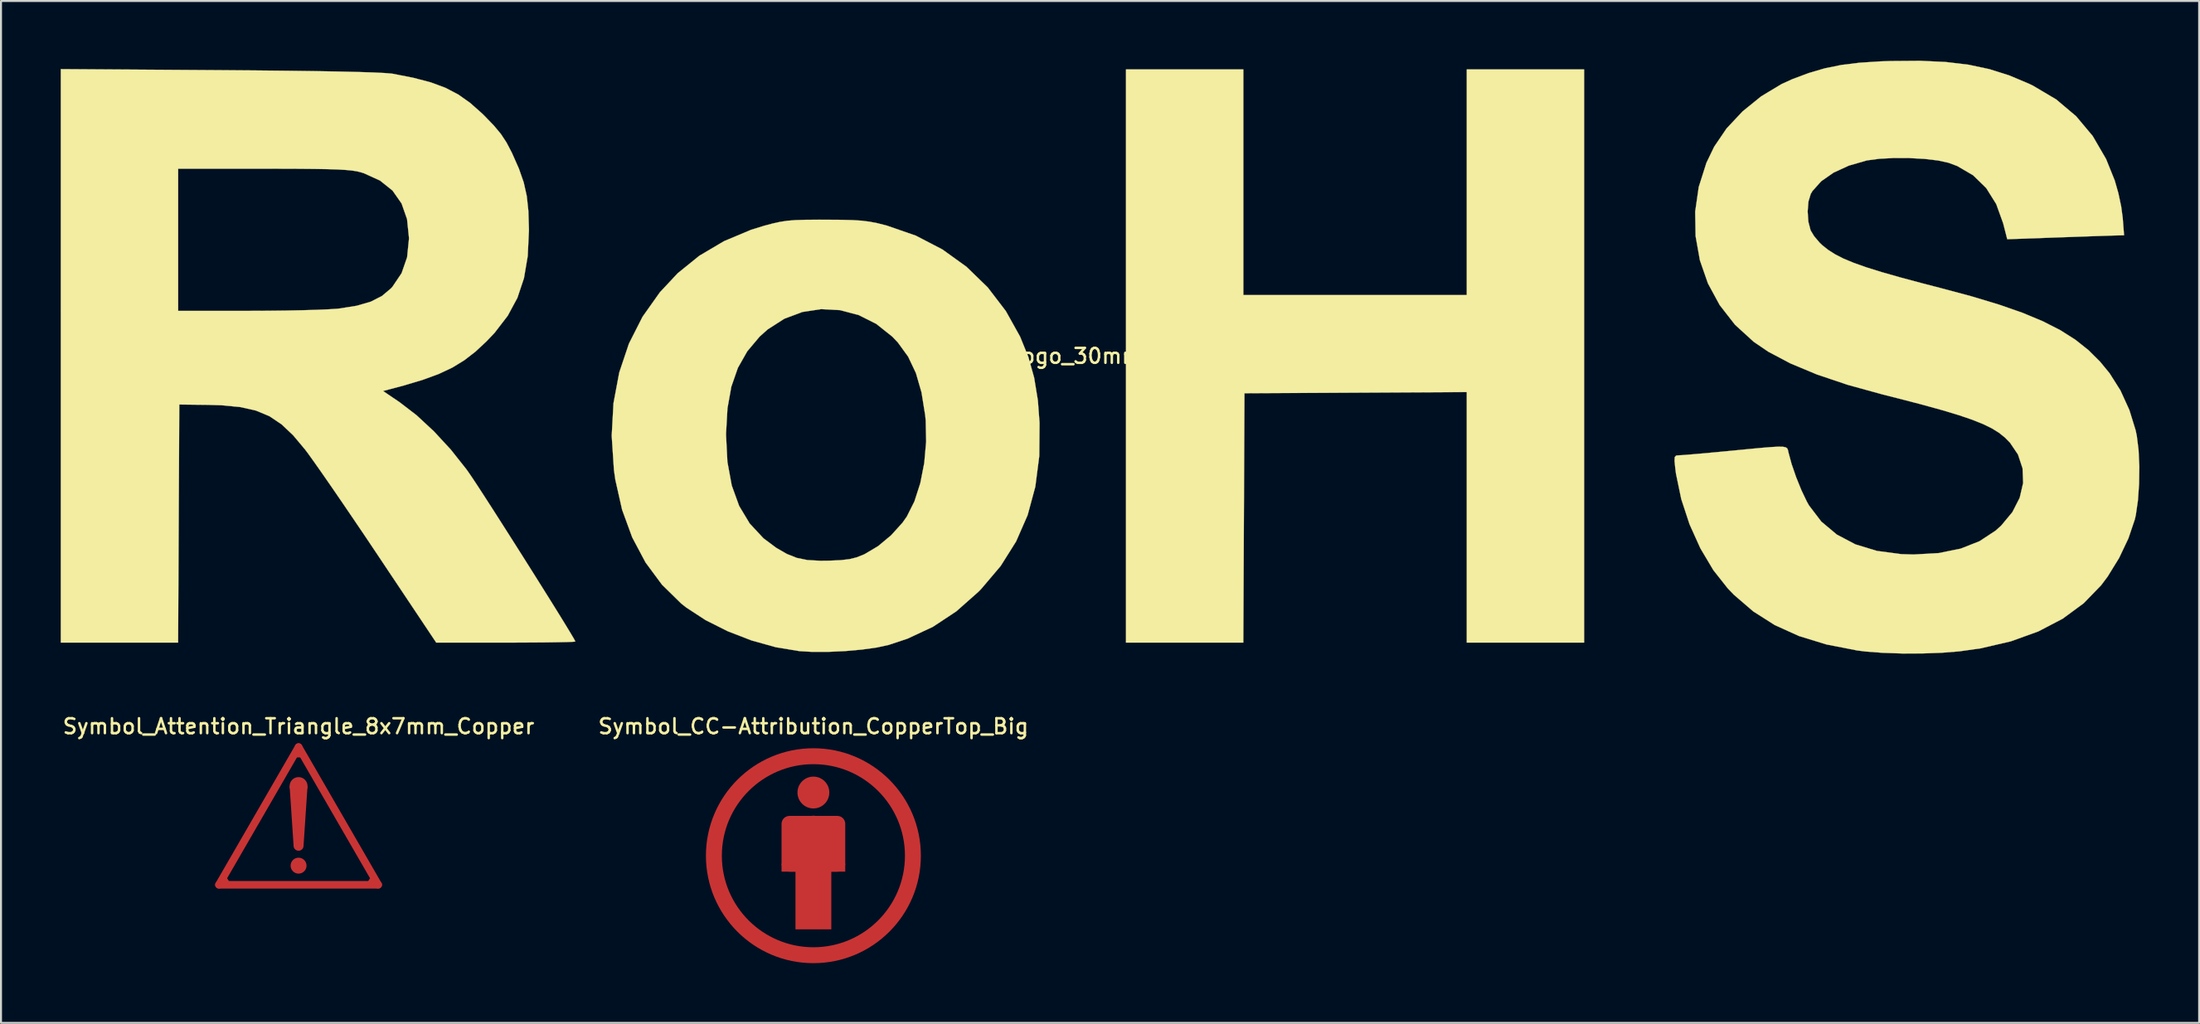
<source format=kicad_pcb>
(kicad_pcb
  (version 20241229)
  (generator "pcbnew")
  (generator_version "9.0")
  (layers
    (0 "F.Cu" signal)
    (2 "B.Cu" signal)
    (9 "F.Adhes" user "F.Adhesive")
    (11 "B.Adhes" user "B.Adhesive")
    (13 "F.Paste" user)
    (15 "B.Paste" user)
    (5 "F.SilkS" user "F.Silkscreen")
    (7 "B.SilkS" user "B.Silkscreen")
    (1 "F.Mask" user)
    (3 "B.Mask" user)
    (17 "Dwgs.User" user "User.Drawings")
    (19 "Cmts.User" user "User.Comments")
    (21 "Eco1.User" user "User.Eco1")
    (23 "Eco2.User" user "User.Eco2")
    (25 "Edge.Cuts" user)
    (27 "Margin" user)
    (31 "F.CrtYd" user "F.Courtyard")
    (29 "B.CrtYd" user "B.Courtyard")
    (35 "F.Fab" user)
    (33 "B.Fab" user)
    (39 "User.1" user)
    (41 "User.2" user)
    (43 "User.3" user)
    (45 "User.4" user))
  (footprint "RoHS-Logo_30mm_SilkScreen"
    (layer "F.Cu")
    (at 52.279 14.84)
    (property "Reference" "RoHS-Logo_30mm_SilkScreen" (at 0 0 0) (layer "F.SilkS") (effects (font (size 0.75 0.75) (thickness 0.125))))
    (attr exclude_from_pos_files exclude_from_bom allow_missing_courtyard)
    (fp_poly (pts (xy 7.144 -3.062) (xy 18.37 -3.062) (xy 18.37 -14.401) (xy 24.266 -14.401) (xy 24.266 14.401) (xy 18.37 14.401) (xy 18.37 1.812) (xy 7.2 1.871) (xy 7.171 8.136) (xy 7.142 14.401) (xy 1.247 14.401) (xy 1.247 -14.401) (xy 7.144 -14.401) (xy 7.144 -3.062)) (stroke (width 0.01) (type solid)) (fill yes) (layer "F.SilkS"))
    (fp_poly (pts (xy -13.834 -6.849) (xy -13.077 -6.844) (xy -12.493 -6.829) (xy -12.031 -6.8) (xy -11.635 -6.75) (xy -11.254 -6.676) (xy -10.835 -6.571) (xy -10.765 -6.552) (xy -9.314 -6.049) (xy -7.977 -5.355) (xy -6.767 -4.484) (xy -5.7 -3.448) (xy -4.79 -2.259) (xy -4.075 -0.977) (xy -3.66 0.043) (xy -3.367 1.09) (xy -3.181 2.228) (xy -3.096 3.357) (xy -3.11 5.026) (xy -3.309 6.568) (xy -3.695 7.996) (xy -4.274 9.319) (xy -5.049 10.551) (xy -6.025 11.702) (xy -6.175 11.855) (xy -7.281 12.833) (xy -8.454 13.608) (xy -9.733 14.205) (xy -10.679 14.519) (xy -11.27 14.648) (xy -12.019 14.752) (xy -12.856 14.827) (xy -13.714 14.867) (xy -14.524 14.867) (xy -15.162 14.83) (xy -16.346 14.634) (xy -17.566 14.294) (xy -18.762 13.832) (xy -19.875 13.273) (xy -20.843 12.642) (xy -21.101 12.439) (xy -22.069 11.489) (xy -22.893 10.375) (xy -23.563 9.114) (xy -24.072 7.722) (xy -24.411 6.217) (xy -24.481 5.726) (xy -24.593 4.01) (xy -24.591 3.969) (xy -18.849 3.969) (xy -18.78 5.32) (xy -18.562 6.506) (xy -18.189 7.536) (xy -17.659 8.418) (xy -16.967 9.161) (xy -16.328 9.638) (xy -15.797 9.945) (xy -15.298 10.144) (xy -14.759 10.254) (xy -14.109 10.29) (xy -13.664 10.285) (xy -13.08 10.259) (xy -12.648 10.208) (xy -12.292 10.12) (xy -11.937 9.98) (xy -11.882 9.954) (xy -11.21 9.555) (xy -10.551 9.006) (xy -9.982 8.376) (xy -9.765 8.068) (xy -9.384 7.309) (xy -9.088 6.392) (xy -8.888 5.371) (xy -8.794 4.302) (xy -8.816 3.239) (xy -8.842 2.975) (xy -9.027 1.826) (xy -9.308 0.856) (xy -9.699 0.032) (xy -10.214 -0.678) (xy -10.496 -0.975) (xy -11.3 -1.614) (xy -12.183 -2.057) (xy -13.117 -2.304) (xy -14.071 -2.356) (xy -15.015 -2.212) (xy -15.92 -1.873) (xy -16.755 -1.338) (xy -17.162 -0.974) (xy -17.783 -0.235) (xy -18.253 0.594) (xy -18.582 1.54) (xy -18.777 2.628) (xy -18.848 3.885) (xy -18.849 3.969) (xy -24.591 3.969) (xy -24.504 2.373) (xy -24.214 0.826) (xy -23.727 -0.625) (xy -23.045 -1.971) (xy -22.171 -3.205) (xy -21.277 -4.16) (xy -20.192 -5.037) (xy -18.951 -5.771) (xy -17.591 -6.342) (xy -16.942 -6.543) (xy -16.509 -6.658) (xy -16.136 -6.741) (xy -15.771 -6.796) (xy -15.36 -6.829) (xy -14.851 -6.845) (xy -14.191 -6.85) (xy -13.834 -6.849)) (stroke (width 0.01) (type solid)) (fill yes) (layer "F.SilkS"))
    (fp_poly (pts (xy -44.308 -14.365) (xy -42.527 -14.351) (xy -40.936 -14.335) (xy -39.539 -14.317) (xy -38.343 -14.296) (xy -37.352 -14.273) (xy -36.571 -14.248) (xy -36.005 -14.221) (xy -35.659 -14.192) (xy -35.605 -14.185) (xy -34.553 -13.979) (xy -33.682 -13.75) (xy -32.948 -13.478) (xy -32.305 -13.142) (xy -31.709 -12.721) (xy -31.114 -12.194) (xy -30.988 -12.071) (xy -30.511 -11.577) (xy -30.158 -11.153) (xy -29.877 -10.726) (xy -29.615 -10.224) (xy -29.601 -10.195) (xy -29.256 -9.416) (xy -29.014 -8.722) (xy -28.861 -8.037) (xy -28.78 -7.286) (xy -28.753 -6.394) (xy -28.753 -6.293) (xy -28.813 -5.024) (xy -29.001 -3.913) (xy -29.331 -2.924) (xy -29.818 -2.022) (xy -30.476 -1.167) (xy -30.889 -0.732) (xy -31.443 -0.217) (xy -31.998 0.212) (xy -32.593 0.577) (xy -33.269 0.896) (xy -34.066 1.19) (xy -35.024 1.478) (xy -35.703 1.659) (xy -36.084 1.758) (xy -35.249 2.323) (xy -34.4 2.975) (xy -33.525 3.787) (xy -32.675 4.707) (xy -31.904 5.68) (xy -31.789 5.84) (xy -31.594 6.126) (xy -31.311 6.555) (xy -30.955 7.103) (xy -30.54 7.747) (xy -30.083 8.462) (xy -29.597 9.226) (xy -29.097 10.014) (xy -28.6 10.802) (xy -28.119 11.568) (xy -27.669 12.286) (xy -27.266 12.934) (xy -26.925 13.488) (xy -26.661 13.923) (xy -26.487 14.217) (xy -26.421 14.346) (xy -26.421 14.348) (xy -26.529 14.361) (xy -26.838 14.373) (xy -27.318 14.383) (xy -27.943 14.392) (xy -28.686 14.397) (xy -29.518 14.401) (xy -29.916 14.401) (xy -33.411 14.401) (xy -36.308 10.064) (xy -36.932 9.132) (xy -37.547 8.223) (xy -38.133 7.361) (xy -38.675 6.571) (xy -39.155 5.879) (xy -39.555 5.31) (xy -39.859 4.887) (xy -39.998 4.702) (xy -40.599 3.985) (xy -41.183 3.433) (xy -41.793 3.024) (xy -42.47 2.742) (xy -43.256 2.565) (xy -44.194 2.475) (xy -44.897 2.454) (xy -46.321 2.438) (xy -46.35 8.419) (xy -46.38 14.401) (xy -52.274 14.401) (xy -52.274 -9.412) (xy -46.378 -9.412) (xy -46.378 -2.268) (xy -42.834 -2.269) (xy -41.904 -2.273) (xy -40.998 -2.283) (xy -40.155 -2.3) (xy -39.413 -2.321) (xy -38.81 -2.347) (xy -38.385 -2.375) (xy -38.3 -2.383) (xy -37.407 -2.525) (xy -36.698 -2.731) (xy -36.136 -3.018) (xy -35.683 -3.4) (xy -35.615 -3.474) (xy -35.151 -4.162) (xy -34.874 -4.962) (xy -34.78 -5.888) (xy -34.781 -5.953) (xy -34.877 -6.88) (xy -35.152 -7.665) (xy -35.604 -8.311) (xy -36.236 -8.817) (xy -37.047 -9.185) (xy -37.196 -9.232) (xy -37.389 -9.28) (xy -37.63 -9.318) (xy -37.943 -9.349) (xy -38.351 -9.373) (xy -38.877 -9.39) (xy -39.546 -9.401) (xy -40.382 -9.408) (xy -41.406 -9.411) (xy -42.089 -9.412) (xy -46.378 -9.412) (xy -52.274 -9.412) (xy -52.274 -14.417) (xy -44.308 -14.365)) (stroke (width 0.01) (type solid)) (fill yes) (layer "F.SilkS"))
    (fp_poly (pts (xy 42.433 -14.775) (xy 43.58 -14.638) (xy 44.63 -14.415) (xy 45.624 -14.101) (xy 46.603 -13.689) (xy 46.819 -13.585) (xy 47.987 -12.893) (xy 48.987 -12.05) (xy 49.822 -11.053) (xy 50.493 -9.899) (xy 50.927 -8.823) (xy 51.11 -8.183) (xy 51.253 -7.507) (xy 51.328 -6.947) (xy 51.396 -6.067) (xy 51.07 -6.06) (xy 50.865 -6.055) (xy 50.47 -6.042) (xy 49.923 -6.024) (xy 49.261 -6.001) (xy 48.52 -5.975) (xy 48.135 -5.962) (xy 45.527 -5.869) (xy 45.321 -6.671) (xy 44.973 -7.635) (xy 44.469 -8.44) (xy 43.814 -9.08) (xy 43.016 -9.547) (xy 42.579 -9.71) (xy 42.054 -9.825) (xy 41.374 -9.905) (xy 40.609 -9.947) (xy 39.828 -9.95) (xy 39.1 -9.912) (xy 38.494 -9.831) (xy 38.45 -9.822) (xy 37.569 -9.568) (xy 36.802 -9.216) (xy 36.181 -8.784) (xy 35.742 -8.294) (xy 35.652 -8.142) (xy 35.537 -7.76) (xy 35.498 -7.263) (xy 35.533 -6.749) (xy 35.645 -6.317) (xy 35.645 -6.316) (xy 35.825 -6.019) (xy 36.102 -5.693) (xy 36.237 -5.564) (xy 36.534 -5.329) (xy 36.881 -5.109) (xy 37.299 -4.895) (xy 37.812 -4.682) (xy 38.441 -4.459) (xy 39.208 -4.219) (xy 40.137 -3.954) (xy 41.248 -3.656) (xy 42.182 -3.414) (xy 43.751 -2.994) (xy 45.116 -2.582) (xy 46.297 -2.17) (xy 47.316 -1.745) (xy 48.193 -1.298) (xy 48.95 -0.818) (xy 49.609 -0.294) (xy 50.19 0.284) (xy 50.668 0.866) (xy 51.213 1.727) (xy 51.663 2.714) (xy 51.977 3.73) (xy 52.037 4.018) (xy 52.125 4.726) (xy 52.163 5.553) (xy 52.151 6.423) (xy 52.093 7.257) (xy 51.989 7.977) (xy 51.938 8.207) (xy 51.615 9.164) (xy 51.146 10.151) (xy 50.573 11.081) (xy 50.242 11.523) (xy 49.365 12.427) (xy 48.311 13.201) (xy 47.088 13.84) (xy 45.708 14.338) (xy 44.181 14.692) (xy 43.113 14.842) (xy 42.232 14.912) (xy 41.25 14.947) (xy 40.238 14.948) (xy 39.267 14.915) (xy 38.408 14.85) (xy 37.987 14.797) (xy 36.437 14.494) (xy 35.064 14.072) (xy 33.847 13.522) (xy 32.763 12.833) (xy 31.789 11.995) (xy 31.49 11.685) (xy 30.758 10.758) (xy 30.108 9.664) (xy 29.563 8.456) (xy 29.147 7.189) (xy 28.882 5.913) (xy 28.847 5.641) (xy 28.81 5.276) (xy 28.819 5.081) (xy 28.888 5.003) (xy 29.035 4.989) (xy 29.042 4.989) (xy 29.234 4.979) (xy 29.613 4.949) (xy 30.141 4.903) (xy 30.778 4.845) (xy 31.486 4.778) (xy 31.637 4.764) (xy 32.506 4.679) (xy 33.177 4.616) (xy 33.675 4.575) (xy 34.027 4.556) (xy 34.26 4.561) (xy 34.4 4.59) (xy 34.474 4.644) (xy 34.508 4.723) (xy 34.53 4.83) (xy 34.534 4.848) (xy 34.69 5.424) (xy 34.919 6.088) (xy 35.187 6.75) (xy 35.459 7.319) (xy 35.566 7.509) (xy 36.184 8.32) (xy 36.962 8.972) (xy 37.894 9.464) (xy 38.975 9.793) (xy 40.199 9.956) (xy 40.821 9.975) (xy 42.086 9.902) (xy 43.187 9.68) (xy 44.134 9.306) (xy 44.939 8.777) (xy 45.222 8.523) (xy 45.784 7.846) (xy 46.153 7.123) (xy 46.325 6.38) (xy 46.297 5.647) (xy 46.066 4.95) (xy 45.664 4.355) (xy 45.411 4.097) (xy 45.116 3.861) (xy 44.758 3.638) (xy 44.316 3.421) (xy 43.77 3.203) (xy 43.098 2.974) (xy 42.28 2.727) (xy 41.295 2.455) (xy 40.122 2.149) (xy 39.268 1.933) (xy 37.507 1.448) (xy 35.961 0.927) (xy 34.631 0.372) (xy 33.52 -0.216) (xy 32.791 -0.711) (xy 31.848 -1.571) (xy 31.079 -2.558) (xy 30.489 -3.645) (xy 30.084 -4.808) (xy 29.868 -6.02) (xy 29.847 -7.257) (xy 30.025 -8.492) (xy 30.409 -9.702) (xy 30.8 -10.516) (xy 31.424 -11.435) (xy 32.228 -12.292) (xy 33.163 -13.049) (xy 34.185 -13.664) (xy 34.724 -13.91) (xy 35.557 -14.222) (xy 36.36 -14.457) (xy 37.189 -14.625) (xy 38.103 -14.738) (xy 39.16 -14.806) (xy 39.689 -14.824) (xy 41.15 -14.835) (xy 42.433 -14.775)) (stroke (width 0.01) (type solid)) (fill yes) (layer "F.SilkS")))
  (footprint "Symbol_Attention_Triangle_8x7mm_Copper"
    (layer "F.Cu")
    (at 11.952 37.951)
    (property "Reference" "Symbol_Attention_Triangle_8x7mm_Copper" (at 0 -4.5 0) (layer "F.SilkS") (effects (font (size 0.75 0.75) (thickness 0.125))))
    (attr exclude_from_pos_files exclude_from_bom allow_missing_courtyard)
    (fp_line (start -4 3.46) (end 0 -3.46) (stroke (width 0.381) (type solid)) (layer "F.Cu"))
    (fp_line (start -3.51 3.44) (end -3.776 3.031) (stroke (width 0.2) (type default)) (layer "F.Cu"))
    (fp_line (start -0.15 -3.04) (end 0.16 -3.04) (stroke (width 0.2) (type default)) (layer "F.Cu"))
    (fp_line (start 0 -3.46) (end 4 3.46) (stroke (width 0.381) (type solid)) (layer "F.Cu"))
    (fp_line (start 3.51 3.44) (end 3.776 3.031) (stroke (width 0.2) (type default)) (layer "F.Cu"))
    (fp_line (start 4 3.46) (end -4 3.46) (stroke (width 0.381) (type solid)) (layer "F.Cu"))
    (fp_circle (center 0 -1.5) (end 0.45 -1.5) (stroke (width 0) (type solid)) (fill yes) (layer "F.Cu"))
    (fp_circle (center 0 1.5) (end 0.25 1.5) (stroke (width 0) (type solid)) (fill yes) (layer "F.Cu"))
    (fp_circle (center 0 2.5) (end 0.4 2.5) (stroke (width 0) (type solid)) (fill yes) (layer "F.Cu"))
    (fp_poly (pts (xy -0.25 1.5) (xy 0.25 1.5) (xy 0.45 -1.5) (xy -0.45 -1.5)) (stroke (width 0) (type solid)) (fill yes) (layer "F.Cu")))
  (footprint "Symbol_CC-Attribution_CopperTop_Big"
    (layer "F.Cu")
    (at 37.82 39.951)
    (property "Reference" "Symbol_CC-Attribution_CopperTop_Big" (at 0 -6.5 0) (layer "F.SilkS") (effects (font (size 0.75 0.75) (thickness 0.125))))
    (attr exclude_from_pos_files exclude_from_bom allow_missing_courtyard)
    (fp_rect (start -1.6 0.4) (end 1.6 0.8) (stroke (width 0) (type solid)) (fill yes) (layer "F.Cu"))
    (fp_rect (start -1.2 -1.6) (end 1.2 0.4) (stroke (width 0.8) (type solid)) (fill yes) (layer "F.Cu"))
    (fp_rect (start -0.9 0) (end 0.9 3.7) (stroke (width 0) (type solid)) (fill yes) (layer "F.Cu"))
    (fp_circle (center 0 -3.175) (end 0.7 -3.175) (stroke (width 0.2) (type solid)) (fill yes) (layer "F.Cu"))
    (fp_circle (center 0 -1.59) (end 0.322 -1.59) (stroke (width 0.2) (type solid)) (fill yes) (layer "F.Cu"))
    (fp_circle (center 0 0) (end 5 0) (stroke (width 0.8) (type default)) (fill no) (layer "F.Cu")))
  (gr_rect
    (start -3 -3)
    (end 107.447 48.351)
    (stroke (width 0.1) (type default))
    (fill no)
    (layer "Edge.Cuts")))
</source>
